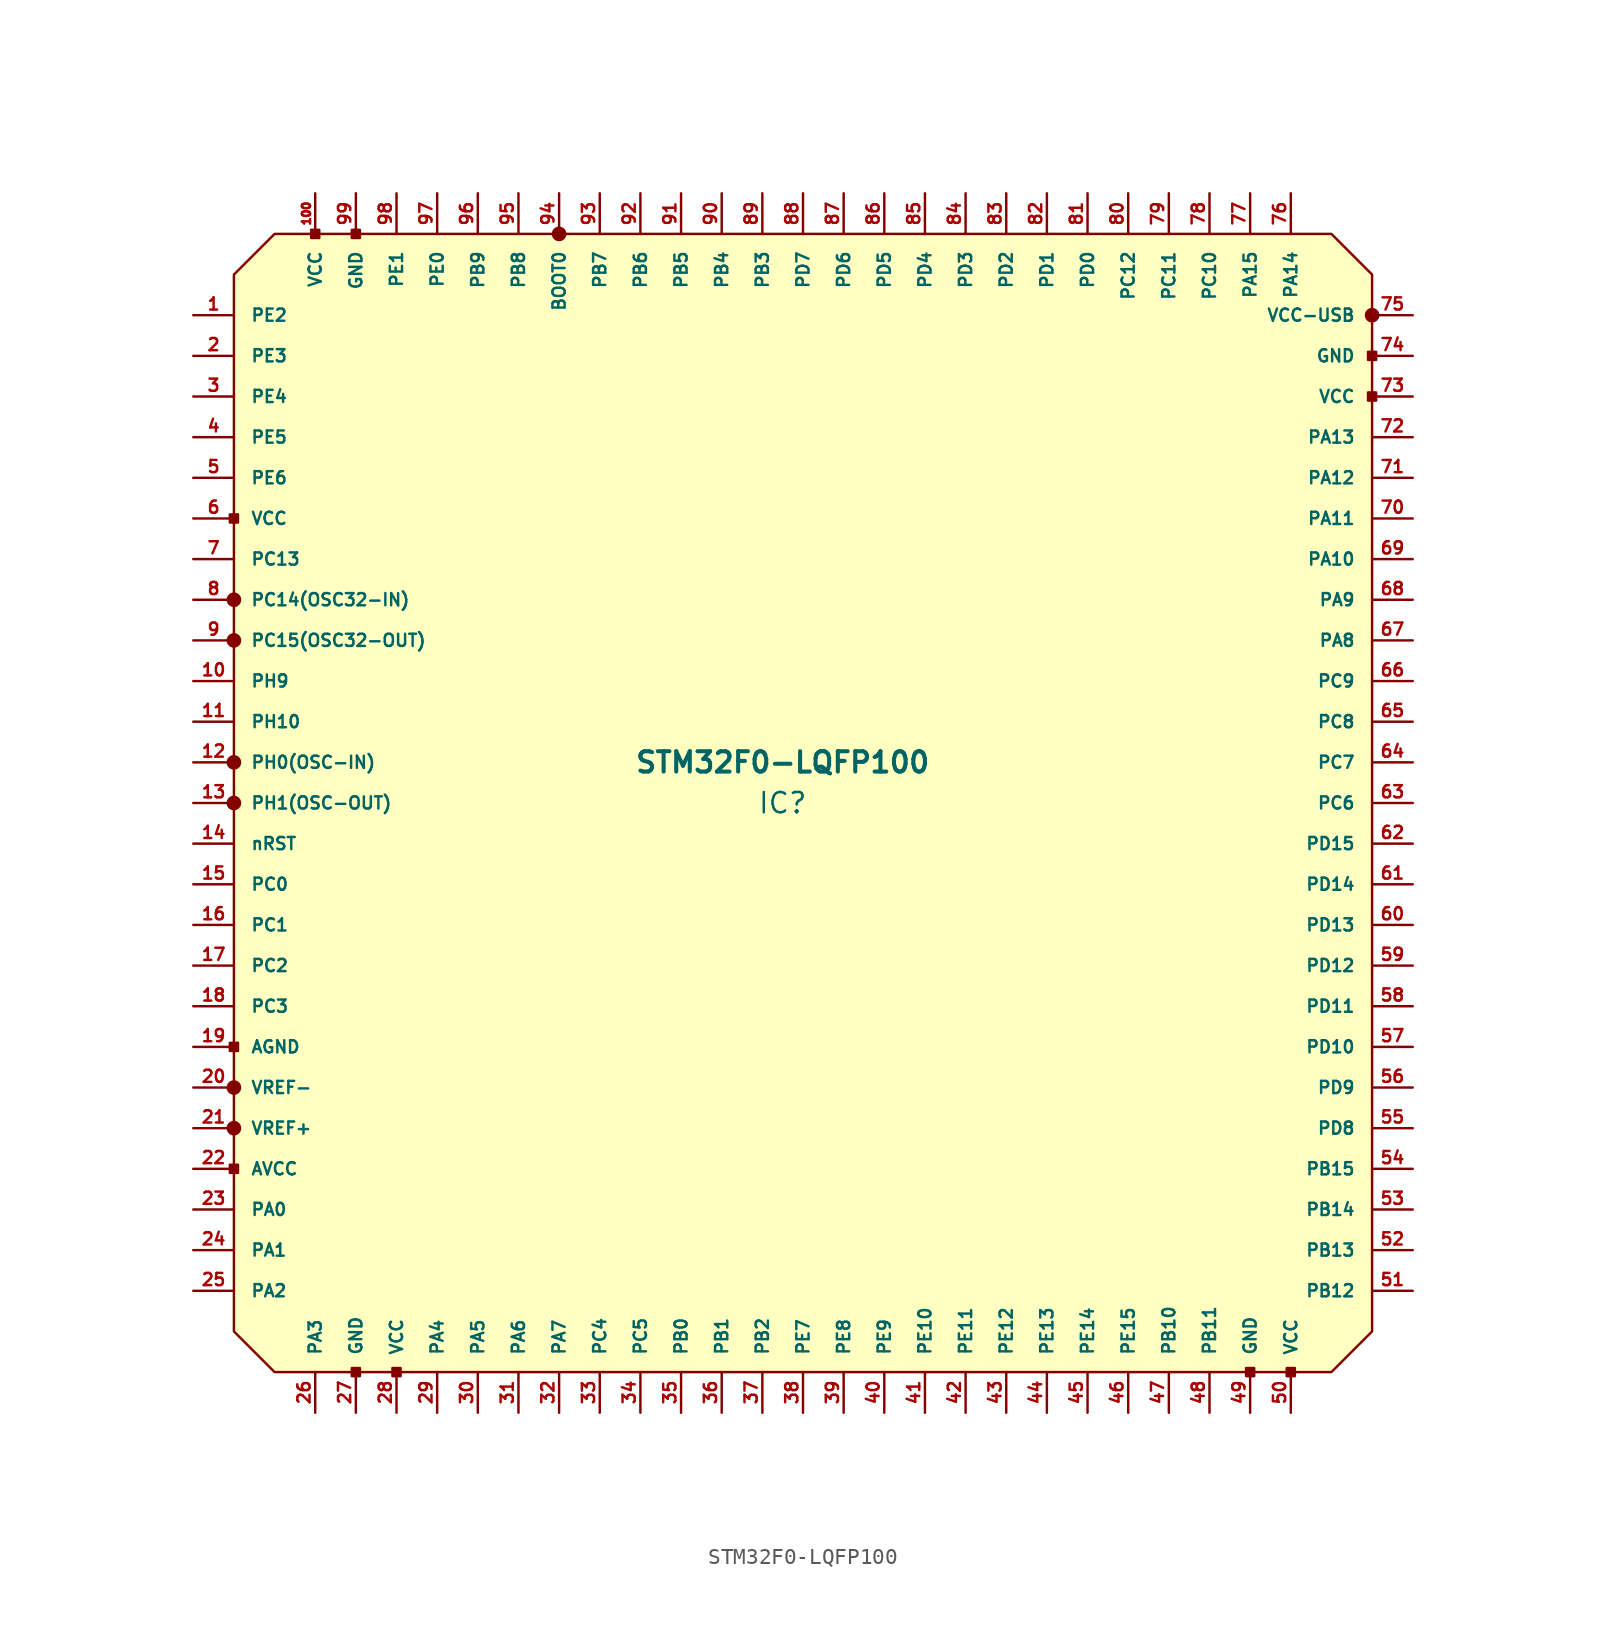
<source format=kicad_sym>
(kicad_symbol_lib
  (version 20231120)
  (generator "kicad_symbol_editor")
  (generator_version "8.0")
  (symbol "STM32F0-LQFP100"
    (pin_names
      (offset 1.016))
    (property "Reference" "IC"
      (at 0 -1.27 0)
      (effects (font (size 1.27 1.27))))
    (property "Value" "STM32F0-LQFP100"
      (at 0 1.27 0)
      (effects (font (size 1.27 1.27) (bold yes))))
    (symbol "STM32F0-LQFP100_0_1"
      (circle (center -34.29 -21.59) (radius 0.381) (stroke (width 0) (type solid)) (fill (type outline)))
      (circle (center -34.29 -19.05) (radius 0.381) (stroke (width 0) (type solid)) (fill (type outline)))
      (circle (center -34.29 -1.27) (radius 0.381) (stroke (width 0) (type solid)) (fill (type outline)))
      (circle (center -34.29 1.27) (radius 0.381) (stroke (width 0) (type solid)) (fill (type outline)))
      (circle (center -34.29 8.89) (radius 0.381) (stroke (width 0) (type solid)) (fill (type outline)))
      (circle (center -34.29 11.43) (radius 0.381) (stroke (width 0) (type solid)) (fill (type outline)))
      (circle (center -13.97 34.29) (radius 0.381) (stroke (width 0) (type solid)) (fill (type outline)))
      (polyline (pts (xy -34.544 -23.876) (xy -34.544 -24.384) (xy -34.036 -24.384) (xy -34.036 -23.876) (xy -34.544 -23.876)) (stroke (width 0) (type solid)) (fill (type outline)))
      (polyline (pts (xy -34.544 -16.256) (xy -34.544 -16.764) (xy -34.036 -16.764) (xy -34.036 -16.256) (xy -34.544 -16.256)) (stroke (width 0) (type solid)) (fill (type outline)))
      (polyline (pts (xy -34.544 16.764) (xy -34.544 16.256) (xy -34.036 16.256) (xy -34.036 16.764) (xy -34.544 16.764)) (stroke (width 0) (type solid)) (fill (type outline)))
      (polyline (pts (xy -29.464 34.544) (xy -29.464 34.036) (xy -28.956 34.036) (xy -28.956 34.544) (xy -29.464 34.544)) (stroke (width 0) (type solid)) (fill (type outline)))
      (polyline (pts (xy -26.924 -36.576) (xy -26.924 -37.084) (xy -26.416 -37.084) (xy -26.416 -36.576) (xy -26.924 -36.576)) (stroke (width 0) (type solid)) (fill (type outline)))
      (polyline (pts (xy -26.924 34.544) (xy -26.924 34.036) (xy -26.416 34.036) (xy -26.416 34.544) (xy -26.924 34.544)) (stroke (width 0) (type solid)) (fill (type outline)))
      (polyline (pts (xy -24.384 -36.576) (xy -24.384 -37.084) (xy -23.876 -37.084) (xy -23.876 -36.576) (xy -24.384 -36.576)) (stroke (width 0) (type solid)) (fill (type outline)))
      (polyline (pts (xy 28.956 -36.576) (xy 28.956 -37.084) (xy 29.464 -37.084) (xy 29.464 -36.576) (xy 28.956 -36.576)) (stroke (width 0) (type solid)) (fill (type outline)))
      (polyline (pts (xy 31.496 -36.576) (xy 31.496 -37.084) (xy 32.004 -37.084) (xy 32.004 -36.576) (xy 31.496 -36.576)) (stroke (width 0) (type solid)) (fill (type outline)))
      (polyline (pts (xy 36.576 24.384) (xy 36.576 23.876) (xy 37.084 23.876) (xy 37.084 24.384) (xy 36.576 24.384)) (stroke (width 0) (type solid)) (fill (type outline)))
      (polyline (pts (xy 36.576 26.924) (xy 36.576 26.416) (xy 37.084 26.416) (xy 37.084 26.924) (xy 36.576 26.924)) (stroke (width 0) (type solid)) (fill (type outline)))
      (circle (center 36.83 29.21) (radius 0.381) (stroke (width 0) (type solid)) (fill (type outline))))
    (symbol "STM32F0-LQFP100_1_1"
      (polyline (pts (xy -34.29 31.75) (xy -31.75 34.29) (xy 34.29 34.29) (xy 36.83 31.75) (xy 36.83 -34.29) (xy 34.29 -36.83) (xy -31.75 -36.83) (xy -34.29 -34.29) (xy -34.29 31.75)) (stroke (width 0) (type solid)) (fill (type background)))
      (pin bidirectional line (at -36.83 29.21 0) (length 2.54) (name "PE2" (effects (font (size 0.762 0.762)))) (number "1" (effects (font (size 0.762 0.762)))))
      (pin bidirectional line (at -36.83 6.35 0) (length 2.54) (name "PH9" (effects (font (size 0.762 0.762)))) (number "10" (effects (font (size 0.762 0.762)))))
      (pin power_in line (at -29.21 36.83 270) (length 2.54) (name "VCC" (effects (font (size 0.762 0.762)))) (number "100" (effects (font (size 0.508 0.508)))))
      (pin bidirectional line (at -36.83 3.81 0) (length 2.54) (name "PH10" (effects (font (size 0.762 0.762)))) (number "11" (effects (font (size 0.762 0.762)))))
      (pin bidirectional line (at -36.83 1.27 0) (length 2.54) (name "PH0(OSC-IN)" (effects (font (size 0.762 0.762)))) (number "12" (effects (font (size 0.762 0.762)))))
      (pin bidirectional line (at -36.83 -1.27 0) (length 2.54) (name "PH1(OSC-OUT)" (effects (font (size 0.762 0.762)))) (number "13" (effects (font (size 0.762 0.762)))))
      (pin bidirectional line (at -36.83 -3.81 0) (length 2.54) (name "nRST" (effects (font (size 0.762 0.762)))) (number "14" (effects (font (size 0.762 0.762)))))
      (pin bidirectional line (at -36.83 -6.35 0) (length 2.54) (name "PC0" (effects (font (size 0.762 0.762)))) (number "15" (effects (font (size 0.762 0.762)))))
      (pin bidirectional line (at -36.83 -8.89 0) (length 2.54) (name "PC1" (effects (font (size 0.762 0.762)))) (number "16" (effects (font (size 0.762 0.762)))))
      (pin bidirectional line (at -36.83 -11.43 0) (length 2.54) (name "PC2" (effects (font (size 0.762 0.762)))) (number "17" (effects (font (size 0.762 0.762)))))
      (pin bidirectional line (at -36.83 -13.97 0) (length 2.54) (name "PC3" (effects (font (size 0.762 0.762)))) (number "18" (effects (font (size 0.762 0.762)))))
      (pin power_in line (at -36.83 -16.51 0) (length 2.54) (name "AGND" (effects (font (size 0.762 0.762)))) (number "19" (effects (font (size 0.762 0.762)))))
      (pin bidirectional line (at -36.83 26.67 0) (length 2.54) (name "PE3" (effects (font (size 0.762 0.762)))) (number "2" (effects (font (size 0.762 0.762)))))
      (pin passive line (at -36.83 -19.05 0) (length 2.54) (name "VREF-" (effects (font (size 0.762 0.762)))) (number "20" (effects (font (size 0.762 0.762)))))
      (pin passive line (at -36.83 -21.59 0) (length 2.54) (name "VREF+" (effects (font (size 0.762 0.762)))) (number "21" (effects (font (size 0.762 0.762)))))
      (pin power_in line (at -36.83 -24.13 0) (length 2.54) (name "AVCC" (effects (font (size 0.762 0.762)))) (number "22" (effects (font (size 0.762 0.762)))))
      (pin bidirectional line (at -36.83 -26.67 0) (length 2.54) (name "PA0" (effects (font (size 0.762 0.762)))) (number "23" (effects (font (size 0.762 0.762)))))
      (pin bidirectional line (at -36.83 -29.21 0) (length 2.54) (name "PA1" (effects (font (size 0.762 0.762)))) (number "24" (effects (font (size 0.762 0.762)))))
      (pin bidirectional line (at -36.83 -31.75 0) (length 2.54) (name "PA2" (effects (font (size 0.762 0.762)))) (number "25" (effects (font (size 0.762 0.762)))))
      (pin bidirectional line (at -29.21 -39.37 90) (length 2.54) (name "PA3" (effects (font (size 0.762 0.762)))) (number "26" (effects (font (size 0.762 0.762)))))
      (pin power_in line (at -26.67 -39.37 90) (length 2.54) (name "GND" (effects (font (size 0.762 0.762)))) (number "27" (effects (font (size 0.762 0.762)))))
      (pin power_in line (at -24.13 -39.37 90) (length 2.54) (name "VCC" (effects (font (size 0.762 0.762)))) (number "28" (effects (font (size 0.762 0.762)))))
      (pin bidirectional line (at -21.59 -39.37 90) (length 2.54) (name "PA4" (effects (font (size 0.762 0.762)))) (number "29" (effects (font (size 0.762 0.762)))))
      (pin bidirectional line (at -36.83 24.13 0) (length 2.54) (name "PE4" (effects (font (size 0.762 0.762)))) (number "3" (effects (font (size 0.762 0.762)))))
      (pin bidirectional line (at -19.05 -39.37 90) (length 2.54) (name "PA5" (effects (font (size 0.762 0.762)))) (number "30" (effects (font (size 0.762 0.762)))))
      (pin bidirectional line (at -16.51 -39.37 90) (length 2.54) (name "PA6" (effects (font (size 0.762 0.762)))) (number "31" (effects (font (size 0.762 0.762)))))
      (pin bidirectional line (at -13.97 -39.37 90) (length 2.54) (name "PA7" (effects (font (size 0.762 0.762)))) (number "32" (effects (font (size 0.762 0.762)))))
      (pin bidirectional line (at -11.43 -39.37 90) (length 2.54) (name "PC4" (effects (font (size 0.762 0.762)))) (number "33" (effects (font (size 0.762 0.762)))))
      (pin bidirectional line (at -8.89 -39.37 90) (length 2.54) (name "PC5" (effects (font (size 0.762 0.762)))) (number "34" (effects (font (size 0.762 0.762)))))
      (pin bidirectional line (at -6.35 -39.37 90) (length 2.54) (name "PB0" (effects (font (size 0.762 0.762)))) (number "35" (effects (font (size 0.762 0.762)))))
      (pin bidirectional line (at -3.81 -39.37 90) (length 2.54) (name "PB1" (effects (font (size 0.762 0.762)))) (number "36" (effects (font (size 0.762 0.762)))))
      (pin bidirectional line (at -1.27 -39.37 90) (length 2.54) (name "PB2" (effects (font (size 0.762 0.762)))) (number "37" (effects (font (size 0.762 0.762)))))
      (pin bidirectional line (at 1.27 -39.37 90) (length 2.54) (name "PE7" (effects (font (size 0.762 0.762)))) (number "38" (effects (font (size 0.762 0.762)))))
      (pin bidirectional line (at 3.81 -39.37 90) (length 2.54) (name "PE8" (effects (font (size 0.762 0.762)))) (number "39" (effects (font (size 0.762 0.762)))))
      (pin bidirectional line (at -36.83 21.59 0) (length 2.54) (name "PE5" (effects (font (size 0.762 0.762)))) (number "4" (effects (font (size 0.762 0.762)))))
      (pin bidirectional line (at 6.35 -39.37 90) (length 2.54) (name "PE9" (effects (font (size 0.762 0.762)))) (number "40" (effects (font (size 0.762 0.762)))))
      (pin bidirectional line (at 8.89 -39.37 90) (length 2.54) (name "PE10" (effects (font (size 0.762 0.762)))) (number "41" (effects (font (size 0.762 0.762)))))
      (pin bidirectional line (at 11.43 -39.37 90) (length 2.54) (name "PE11" (effects (font (size 0.762 0.762)))) (number "42" (effects (font (size 0.762 0.762)))))
      (pin bidirectional line (at 13.97 -39.37 90) (length 2.54) (name "PE12" (effects (font (size 0.762 0.762)))) (number "43" (effects (font (size 0.762 0.762)))))
      (pin bidirectional line (at 16.51 -39.37 90) (length 2.54) (name "PE13" (effects (font (size 0.762 0.762)))) (number "44" (effects (font (size 0.762 0.762)))))
      (pin bidirectional line (at 19.05 -39.37 90) (length 2.54) (name "PE14" (effects (font (size 0.762 0.762)))) (number "45" (effects (font (size 0.762 0.762)))))
      (pin bidirectional line (at 21.59 -39.37 90) (length 2.54) (name "PE15" (effects (font (size 0.762 0.762)))) (number "46" (effects (font (size 0.762 0.762)))))
      (pin bidirectional line (at 24.13 -39.37 90) (length 2.54) (name "PB10" (effects (font (size 0.762 0.762)))) (number "47" (effects (font (size 0.762 0.762)))))
      (pin bidirectional line (at 26.67 -39.37 90) (length 2.54) (name "PB11" (effects (font (size 0.762 0.762)))) (number "48" (effects (font (size 0.762 0.762)))))
      (pin power_in line (at 29.21 -39.37 90) (length 2.54) (name "GND" (effects (font (size 0.762 0.762)))) (number "49" (effects (font (size 0.762 0.762)))))
      (pin bidirectional line (at -36.83 19.05 0) (length 2.54) (name "PE6" (effects (font (size 0.762 0.762)))) (number "5" (effects (font (size 0.762 0.762)))))
      (pin power_in line (at 31.75 -39.37 90) (length 2.54) (name "VCC" (effects (font (size 0.762 0.762)))) (number "50" (effects (font (size 0.762 0.762)))))
      (pin bidirectional line (at 39.37 -31.75 180) (length 2.54) (name "PB12" (effects (font (size 0.762 0.762)))) (number "51" (effects (font (size 0.762 0.762)))))
      (pin bidirectional line (at 39.37 -29.21 180) (length 2.54) (name "PB13" (effects (font (size 0.762 0.762)))) (number "52" (effects (font (size 0.762 0.762)))))
      (pin bidirectional line (at 39.37 -26.67 180) (length 2.54) (name "PB14" (effects (font (size 0.762 0.762)))) (number "53" (effects (font (size 0.762 0.762)))))
      (pin bidirectional line (at 39.37 -24.13 180) (length 2.54) (name "PB15" (effects (font (size 0.762 0.762)))) (number "54" (effects (font (size 0.762 0.762)))))
      (pin bidirectional line (at 39.37 -21.59 180) (length 2.54) (name "PD8" (effects (font (size 0.762 0.762)))) (number "55" (effects (font (size 0.762 0.762)))))
      (pin bidirectional line (at 39.37 -19.05 180) (length 2.54) (name "PD9" (effects (font (size 0.762 0.762)))) (number "56" (effects (font (size 0.762 0.762)))))
      (pin bidirectional line (at 39.37 -16.51 180) (length 2.54) (name "PD10" (effects (font (size 0.762 0.762)))) (number "57" (effects (font (size 0.762 0.762)))))
      (pin bidirectional line (at 39.37 -13.97 180) (length 2.54) (name "PD11" (effects (font (size 0.762 0.762)))) (number "58" (effects (font (size 0.762 0.762)))))
      (pin bidirectional line (at 39.37 -11.43 180) (length 2.54) (name "PD12" (effects (font (size 0.762 0.762)))) (number "59" (effects (font (size 0.762 0.762)))))
      (pin power_in line (at -36.83 16.51 0) (length 2.54) (name "VCC" (effects (font (size 0.762 0.762)))) (number "6" (effects (font (size 0.762 0.762)))))
      (pin bidirectional line (at 39.37 -8.89 180) (length 2.54) (name "PD13" (effects (font (size 0.762 0.762)))) (number "60" (effects (font (size 0.762 0.762)))))
      (pin bidirectional line (at 39.37 -6.35 180) (length 2.54) (name "PD14" (effects (font (size 0.762 0.762)))) (number "61" (effects (font (size 0.762 0.762)))))
      (pin bidirectional line (at 39.37 -3.81 180) (length 2.54) (name "PD15" (effects (font (size 0.762 0.762)))) (number "62" (effects (font (size 0.762 0.762)))))
      (pin bidirectional line (at 39.37 -1.27 180) (length 2.54) (name "PC6" (effects (font (size 0.762 0.762)))) (number "63" (effects (font (size 0.762 0.762)))))
      (pin bidirectional line (at 39.37 1.27 180) (length 2.54) (name "PC7" (effects (font (size 0.762 0.762)))) (number "64" (effects (font (size 0.762 0.762)))))
      (pin bidirectional line (at 39.37 3.81 180) (length 2.54) (name "PC8" (effects (font (size 0.762 0.762)))) (number "65" (effects (font (size 0.762 0.762)))))
      (pin bidirectional line (at 39.37 6.35 180) (length 2.54) (name "PC9" (effects (font (size 0.762 0.762)))) (number "66" (effects (font (size 0.762 0.762)))))
      (pin bidirectional line (at 39.37 8.89 180) (length 2.54) (name "PA8" (effects (font (size 0.762 0.762)))) (number "67" (effects (font (size 0.762 0.762)))))
      (pin bidirectional line (at 39.37 11.43 180) (length 2.54) (name "PA9" (effects (font (size 0.762 0.762)))) (number "68" (effects (font (size 0.762 0.762)))))
      (pin bidirectional line (at 39.37 13.97 180) (length 2.54) (name "PA10" (effects (font (size 0.762 0.762)))) (number "69" (effects (font (size 0.762 0.762)))))
      (pin bidirectional line (at -36.83 13.97 0) (length 2.54) (name "PC13" (effects (font (size 0.762 0.762)))) (number "7" (effects (font (size 0.762 0.762)))))
      (pin bidirectional line (at 39.37 16.51 180) (length 2.54) (name "PA11" (effects (font (size 0.762 0.762)))) (number "70" (effects (font (size 0.762 0.762)))))
      (pin bidirectional line (at 39.37 19.05 180) (length 2.54) (name "PA12" (effects (font (size 0.762 0.762)))) (number "71" (effects (font (size 0.762 0.762)))))
      (pin bidirectional line (at 39.37 21.59 180) (length 2.54) (name "PA13" (effects (font (size 0.762 0.762)))) (number "72" (effects (font (size 0.762 0.762)))))
      (pin power_in line (at 39.37 24.13 180) (length 2.54) (name "VCC" (effects (font (size 0.762 0.762)))) (number "73" (effects (font (size 0.762 0.762)))))
      (pin power_in line (at 39.37 26.67 180) (length 2.54) (name "GND" (effects (font (size 0.762 0.762)))) (number "74" (effects (font (size 0.762 0.762)))))
      (pin passive line (at 39.37 29.21 180) (length 2.54) (name "VCC-USB" (effects (font (size 0.762 0.762)))) (number "75" (effects (font (size 0.762 0.762)))))
      (pin bidirectional line (at 31.75 36.83 270) (length 2.54) (name "PA14" (effects (font (size 0.762 0.762)))) (number "76" (effects (font (size 0.762 0.762)))))
      (pin bidirectional line (at 29.21 36.83 270) (length 2.54) (name "PA15" (effects (font (size 0.762 0.762)))) (number "77" (effects (font (size 0.762 0.762)))))
      (pin bidirectional line (at 26.67 36.83 270) (length 2.54) (name "PC10" (effects (font (size 0.762 0.762)))) (number "78" (effects (font (size 0.762 0.762)))))
      (pin bidirectional line (at 24.13 36.83 270) (length 2.54) (name "PC11" (effects (font (size 0.762 0.762)))) (number "79" (effects (font (size 0.762 0.762)))))
      (pin bidirectional line (at -36.83 11.43 0) (length 2.54) (name "PC14(OSC32-IN)" (effects (font (size 0.762 0.762)))) (number "8" (effects (font (size 0.762 0.762)))))
      (pin bidirectional line (at 21.59 36.83 270) (length 2.54) (name "PC12" (effects (font (size 0.762 0.762)))) (number "80" (effects (font (size 0.762 0.762)))))
      (pin bidirectional line (at 19.05 36.83 270) (length 2.54) (name "PD0" (effects (font (size 0.762 0.762)))) (number "81" (effects (font (size 0.762 0.762)))))
      (pin bidirectional line (at 16.51 36.83 270) (length 2.54) (name "PD1" (effects (font (size 0.762 0.762)))) (number "82" (effects (font (size 0.762 0.762)))))
      (pin bidirectional line (at 13.97 36.83 270) (length 2.54) (name "PD2" (effects (font (size 0.762 0.762)))) (number "83" (effects (font (size 0.762 0.762)))))
      (pin bidirectional line (at 11.43 36.83 270) (length 2.54) (name "PD3" (effects (font (size 0.762 0.762)))) (number "84" (effects (font (size 0.762 0.762)))))
      (pin bidirectional line (at 8.89 36.83 270) (length 2.54) (name "PD4" (effects (font (size 0.762 0.762)))) (number "85" (effects (font (size 0.762 0.762)))))
      (pin bidirectional line (at 6.35 36.83 270) (length 2.54) (name "PD5" (effects (font (size 0.762 0.762)))) (number "86" (effects (font (size 0.762 0.762)))))
      (pin bidirectional line (at 3.81 36.83 270) (length 2.54) (name "PD6" (effects (font (size 0.762 0.762)))) (number "87" (effects (font (size 0.762 0.762)))))
      (pin bidirectional line (at 1.27 36.83 270) (length 2.54) (name "PD7" (effects (font (size 0.762 0.762)))) (number "88" (effects (font (size 0.762 0.762)))))
      (pin bidirectional line (at -1.27 36.83 270) (length 2.54) (name "PB3" (effects (font (size 0.762 0.762)))) (number "89" (effects (font (size 0.762 0.762)))))
      (pin bidirectional line (at -36.83 8.89 0) (length 2.54) (name "PC15(OSC32-OUT)" (effects (font (size 0.762 0.762)))) (number "9" (effects (font (size 0.762 0.762)))))
      (pin bidirectional line (at -3.81 36.83 270) (length 2.54) (name "PB4" (effects (font (size 0.762 0.762)))) (number "90" (effects (font (size 0.762 0.762)))))
      (pin bidirectional line (at -6.35 36.83 270) (length 2.54) (name "PB5" (effects (font (size 0.762 0.762)))) (number "91" (effects (font (size 0.762 0.762)))))
      (pin bidirectional line (at -8.89 36.83 270) (length 2.54) (name "PB6" (effects (font (size 0.762 0.762)))) (number "92" (effects (font (size 0.762 0.762)))))
      (pin bidirectional line (at -11.43 36.83 270) (length 2.54) (name "PB7" (effects (font (size 0.762 0.762)))) (number "93" (effects (font (size 0.762 0.762)))))
      (pin input line (at -13.97 36.83 270) (length 2.54) (name "BOOT0" (effects (font (size 0.762 0.762)))) (number "94" (effects (font (size 0.762 0.762)))))
      (pin bidirectional line (at -16.51 36.83 270) (length 2.54) (name "PB8" (effects (font (size 0.762 0.762)))) (number "95" (effects (font (size 0.762 0.762)))))
      (pin bidirectional line (at -19.05 36.83 270) (length 2.54) (name "PB9" (effects (font (size 0.762 0.762)))) (number "96" (effects (font (size 0.762 0.762)))))
      (pin bidirectional line (at -21.59 36.83 270) (length 2.54) (name "PE0" (effects (font (size 0.762 0.762)))) (number "97" (effects (font (size 0.762 0.762)))))
      (pin bidirectional line (at -24.13 36.83 270) (length 2.54) (name "PE1" (effects (font (size 0.762 0.762)))) (number "98" (effects (font (size 0.762 0.762)))))
      (pin power_in line (at -26.67 36.83 270) (length 2.54) (name "GND" (effects (font (size 0.762 0.762)))) (number "99" (effects (font (size 0.762 0.762))))))))
</source>
